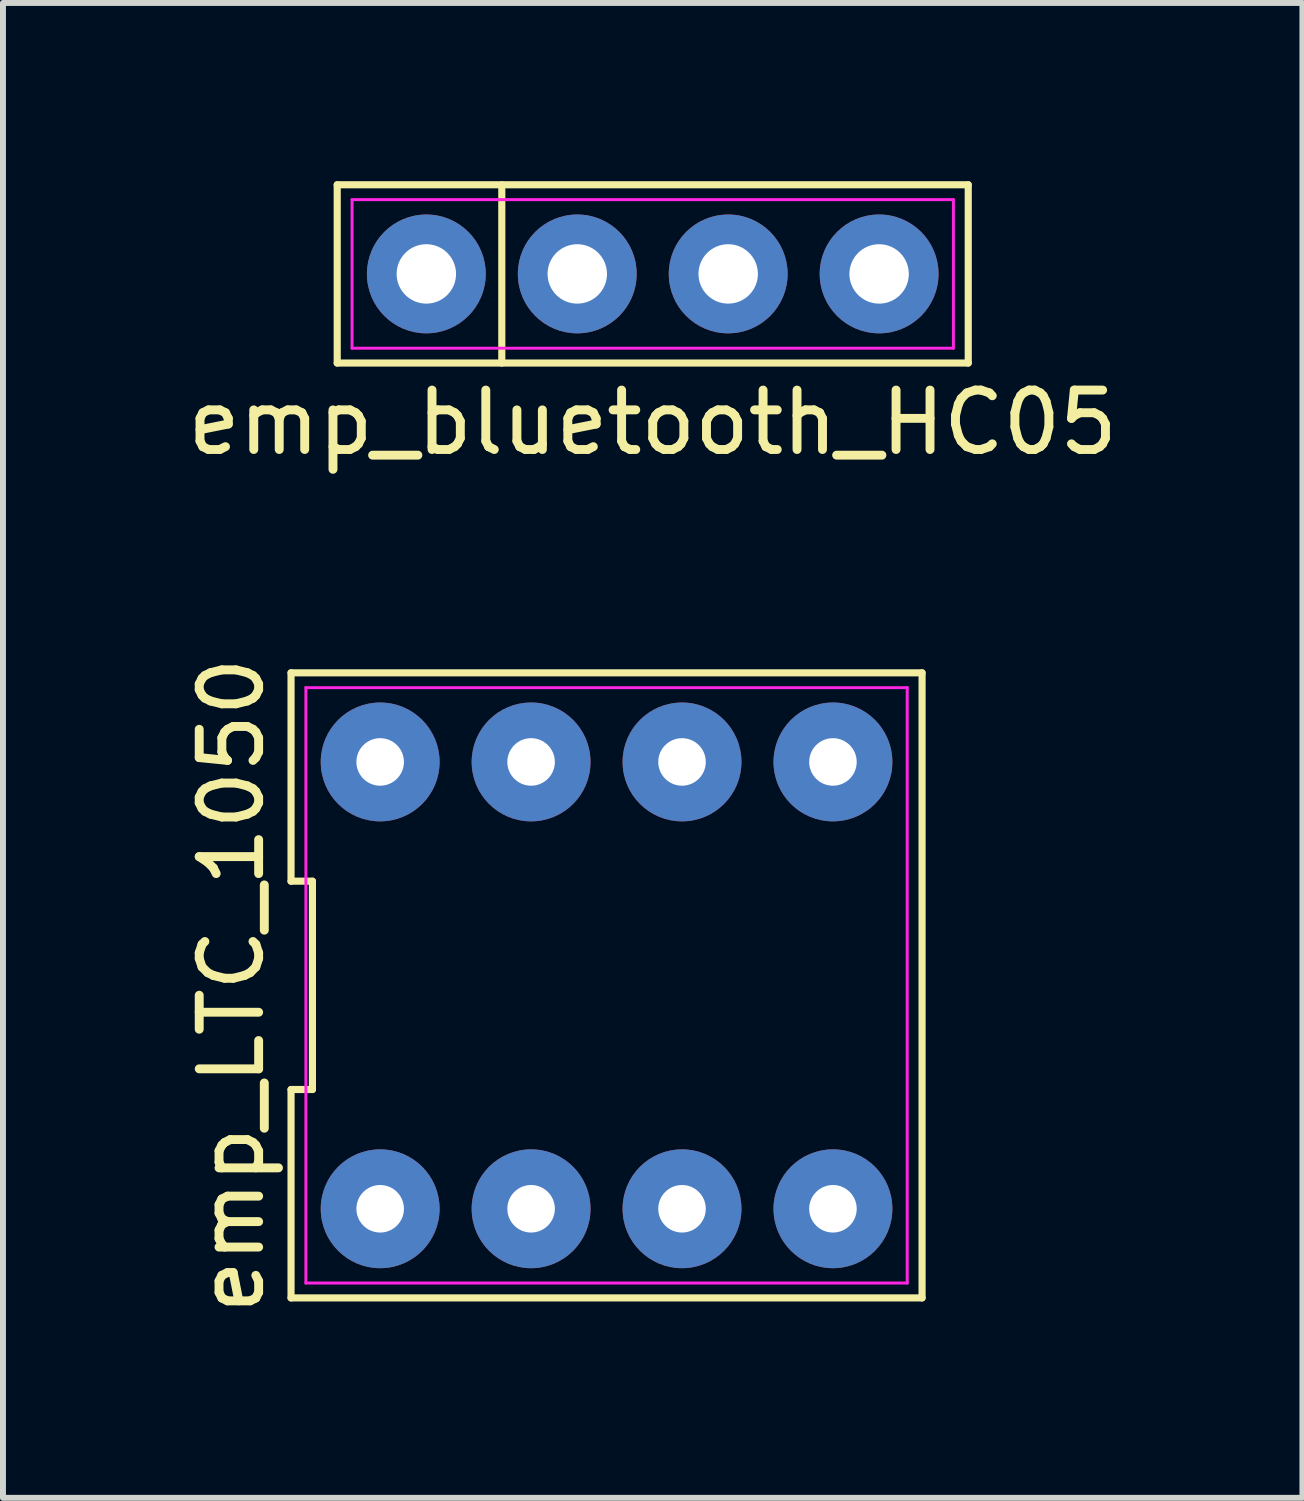
<source format=kicad_pcb>
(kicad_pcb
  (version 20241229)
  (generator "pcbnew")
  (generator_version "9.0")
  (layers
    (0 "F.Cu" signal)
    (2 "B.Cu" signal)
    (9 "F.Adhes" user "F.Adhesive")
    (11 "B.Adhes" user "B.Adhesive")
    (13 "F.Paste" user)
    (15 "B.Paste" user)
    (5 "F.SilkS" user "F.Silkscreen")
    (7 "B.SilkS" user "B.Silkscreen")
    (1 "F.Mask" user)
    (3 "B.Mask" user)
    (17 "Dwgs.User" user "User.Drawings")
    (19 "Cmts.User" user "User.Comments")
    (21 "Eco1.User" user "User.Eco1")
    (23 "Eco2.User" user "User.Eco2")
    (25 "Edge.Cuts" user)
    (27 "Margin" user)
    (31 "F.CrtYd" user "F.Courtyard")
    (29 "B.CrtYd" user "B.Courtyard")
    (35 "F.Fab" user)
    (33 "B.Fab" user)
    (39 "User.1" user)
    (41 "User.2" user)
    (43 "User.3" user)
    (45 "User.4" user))
  (footprint "emp_LTC_1050"
    (layer "F.Cu")
    (at 7.158 13.533)
    (property "Reference" "emp_LTC_1050" (at -6.31 0 90) (layer "F.SilkS") (effects (font (size 1 1) (thickness 0.15))))
    (attr through_hole)
    (fp_line (start -5.31 -5.26) (end -5.31 -1.753) (stroke (width 0.12) (type solid)) (layer "F.SilkS"))
    (fp_line (start -5.31 -1.753) (end -4.95 -1.753) (stroke (width 0.12) (type solid)) (layer "F.SilkS"))
    (fp_line (start -5.31 1.753) (end -5.31 5.26) (stroke (width 0.12) (type solid)) (layer "F.SilkS"))
    (fp_line (start -5.31 5.26) (end 5.31 5.26) (stroke (width 0.12) (type solid)) (layer "F.SilkS"))
    (fp_line (start -4.95 -1.753) (end -4.95 1.753) (stroke (width 0.12) (type solid)) (layer "F.SilkS"))
    (fp_line (start -4.95 1.753) (end -5.31 1.753) (stroke (width 0.12) (type solid)) (layer "F.SilkS"))
    (fp_line (start 5.31 -5.26) (end -5.31 -5.26) (stroke (width 0.12) (type solid)) (layer "F.SilkS"))
    (fp_line (start 5.31 5.26) (end 5.31 -5.26) (stroke (width 0.12) (type solid)) (layer "F.SilkS"))
    (fp_line (start -5.06 -5.01) (end 5.06 -5.01) (stroke (width 0.05) (type solid)) (layer "F.CrtYd"))
    (fp_line (start -5.06 5.01) (end -5.06 -5.01) (stroke (width 0.05) (type solid)) (layer "F.CrtYd"))
    (fp_line (start 5.06 -5.01) (end 5.06 5.01) (stroke (width 0.05) (type solid)) (layer "F.CrtYd"))
    (fp_line (start 5.06 5.01) (end -5.06 5.01) (stroke (width 0.05) (type solid)) (layer "F.CrtYd"))
    (pad "1" thru_hole circle (at -3.81 3.76) (size 2 2) (drill 0.8) (layers "*.Cu" "*.Mask"))
    (pad "2" thru_hole circle (at -1.27 3.76) (size 2 2) (drill 0.8) (layers "*.Cu" "*.Mask"))
    (pad "3" thru_hole circle (at 1.27 3.76) (size 2 2) (drill 0.8) (layers "*.Cu" "*.Mask"))
    (pad "4" thru_hole circle (at 3.81 3.76) (size 2 2) (drill 0.8) (layers "*.Cu" "*.Mask"))
    (pad "5" thru_hole circle (at 3.81 -3.76) (size 2 2) (drill 0.8) (layers "*.Cu" "*.Mask"))
    (pad "6" thru_hole circle (at 1.27 -3.76) (size 2 2) (drill 0.8) (layers "*.Cu" "*.Mask"))
    (pad "7" thru_hole circle (at -1.27 -3.76) (size 2 2) (drill 0.8) (layers "*.Cu" "*.Mask"))
    (pad "8" thru_hole circle (at -3.81 -3.76) (size 2 2) (drill 0.8) (layers "*.Cu" "*.Mask")))
  (footprint "emp_bluetooth_HC05"
    (layer "F.Cu")
    (at 7.935 1.56)
    (property "Reference" "emp_bluetooth_HC05" (at 0 2.5 0) (layer "F.SilkS") (effects (font (size 1 1) (thickness 0.15))))
    (attr through_hole)
    (fp_line (start -5.31 -1.5) (end 5.31 -1.5) (stroke (width 0.12) (type solid)) (layer "F.SilkS"))
    (fp_line (start -5.31 1.5) (end -5.31 -1.5) (stroke (width 0.12) (type solid)) (layer "F.SilkS"))
    (fp_line (start -2.54 -1.5) (end -2.54 1.5) (stroke (width 0.12) (type solid)) (layer "F.SilkS"))
    (fp_line (start 5.31 -1.5) (end 5.31 1.5) (stroke (width 0.12) (type solid)) (layer "F.SilkS"))
    (fp_line (start 5.31 1.5) (end -5.31 1.5) (stroke (width 0.12) (type solid)) (layer "F.SilkS"))
    (fp_line (start -5.06 -1.25) (end 5.06 -1.25) (stroke (width 0.05) (type solid)) (layer "F.CrtYd"))
    (fp_line (start -5.06 1.25) (end -5.06 -1.25) (stroke (width 0.05) (type solid)) (layer "F.CrtYd"))
    (fp_line (start 5.06 -1.25) (end 5.06 1.25) (stroke (width 0.05) (type solid)) (layer "F.CrtYd"))
    (fp_line (start 5.06 1.25) (end -5.06 1.25) (stroke (width 0.05) (type solid)) (layer "F.CrtYd"))
    (pad "1" thru_hole circle (at -3.81 0) (size 2 2) (drill 1) (layers "*.Cu" "*.Mask"))
    (pad "2" thru_hole circle (at -1.27 0) (size 2 2) (drill 1) (layers "*.Cu" "*.Mask"))
    (pad "3" thru_hole circle (at 1.27 0) (size 2 2) (drill 1) (layers "*.Cu" "*.Mask"))
    (pad "4" thru_hole circle (at 3.81 0) (size 2 2) (drill 1) (layers "*.Cu" "*.Mask")))
  (gr_rect
    (start -3 -3)
    (end 18.869 22.158)
    (stroke (width 0.1) (type default))
    (fill no)
    (layer "Edge.Cuts")))
</source>
